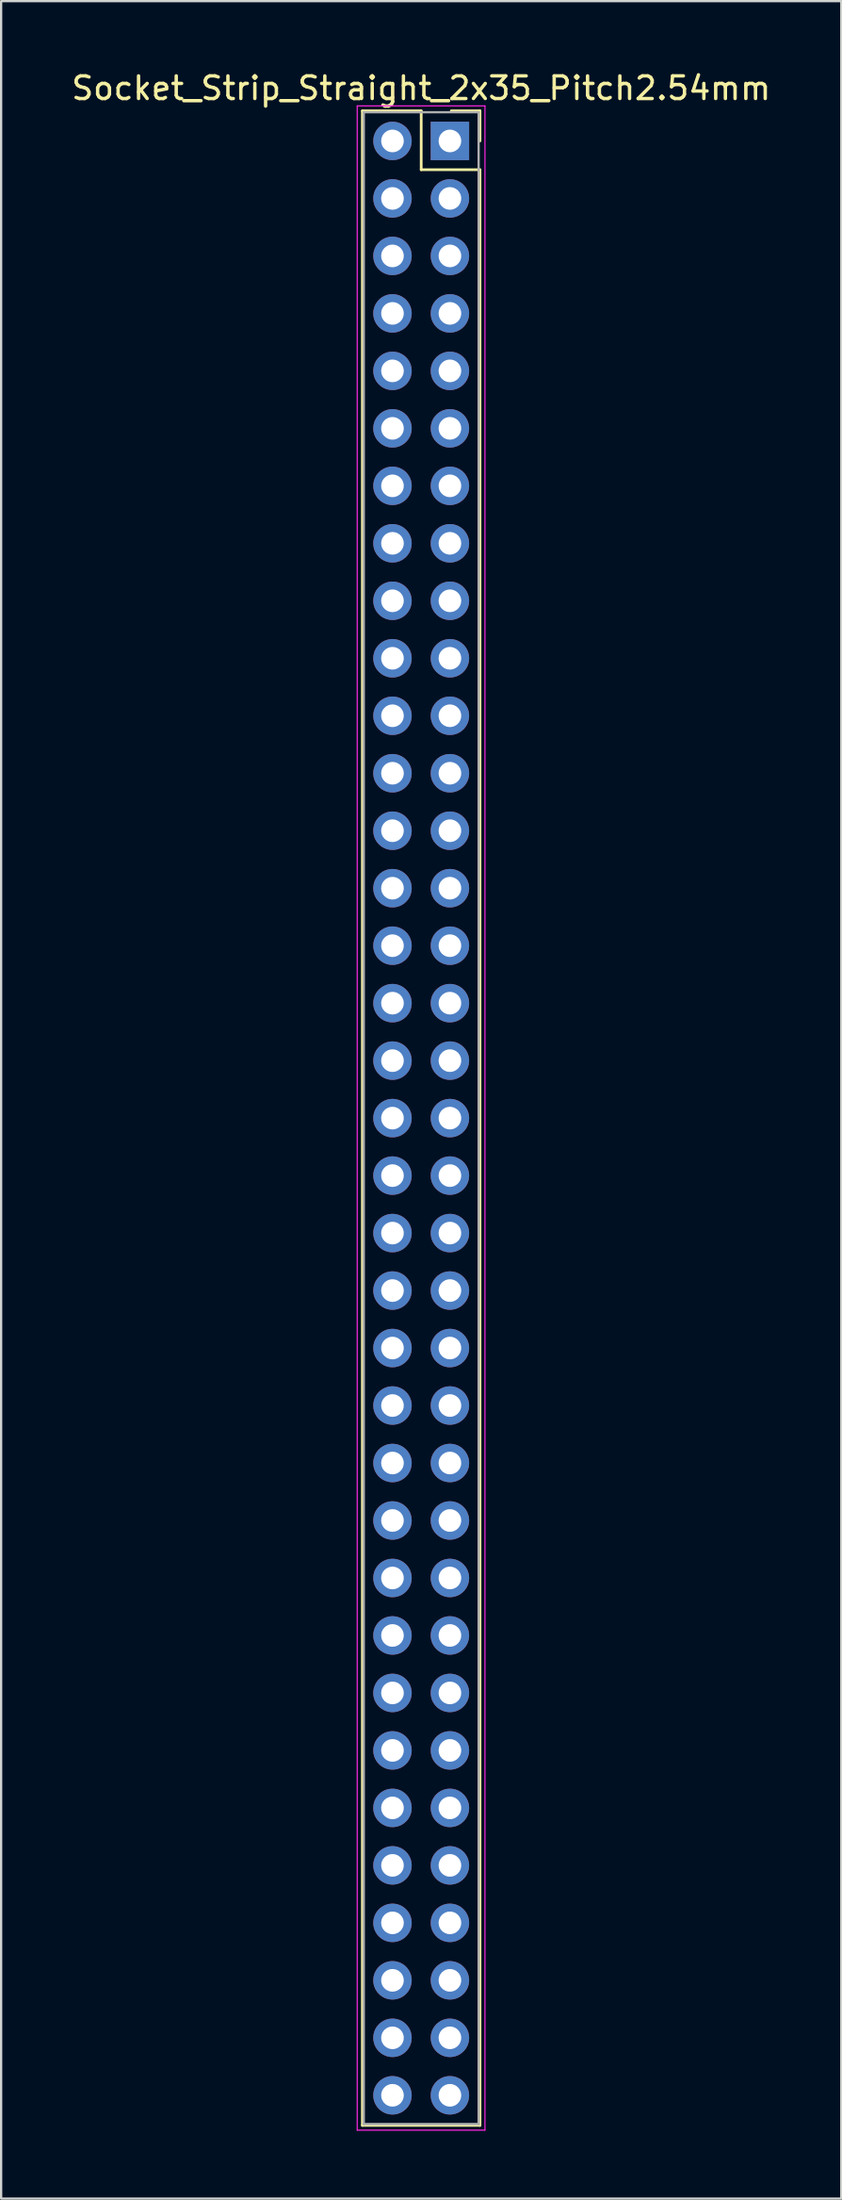
<source format=kicad_pcb>
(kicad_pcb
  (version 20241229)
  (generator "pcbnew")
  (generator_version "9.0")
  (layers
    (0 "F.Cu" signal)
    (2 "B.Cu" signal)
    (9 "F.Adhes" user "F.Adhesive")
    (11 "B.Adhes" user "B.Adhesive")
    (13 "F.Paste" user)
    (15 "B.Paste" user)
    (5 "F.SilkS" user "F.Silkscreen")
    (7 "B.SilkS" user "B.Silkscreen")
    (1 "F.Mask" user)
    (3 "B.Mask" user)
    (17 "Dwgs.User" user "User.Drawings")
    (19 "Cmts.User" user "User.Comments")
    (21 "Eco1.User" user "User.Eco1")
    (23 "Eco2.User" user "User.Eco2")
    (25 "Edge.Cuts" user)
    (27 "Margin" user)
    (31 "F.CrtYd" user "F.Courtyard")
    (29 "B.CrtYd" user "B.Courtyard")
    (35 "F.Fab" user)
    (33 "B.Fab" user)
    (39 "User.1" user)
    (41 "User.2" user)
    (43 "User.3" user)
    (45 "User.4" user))
  (footprint "Socket_Strip_Straight_2x35_Pitch2.54mm"
    (layer "F.Cu")
    (at 16.847 3.178)
    (property "Reference" "Socket_Strip_Straight_2x35_Pitch2.54mm" (at -1.27 -2.33 0) (layer "F.SilkS") (effects (font (size 1 1) (thickness 0.15))))
    (attr through_hole)
    (fp_line (start -3.87 -1.33) (end -1.27 -1.33) (stroke (width 0.12) (type solid)) (layer "F.SilkS"))
    (fp_line (start -3.87 87.69) (end -3.87 -1.33) (stroke (width 0.12) (type solid)) (layer "F.SilkS"))
    (fp_line (start -1.27 -1.33) (end -1.27 1.27) (stroke (width 0.12) (type solid)) (layer "F.SilkS"))
    (fp_line (start -1.27 1.27) (end 1.33 1.27) (stroke (width 0.12) (type solid)) (layer "F.SilkS"))
    (fp_line (start 1.33 -1.33) (end 0.06 -1.33) (stroke (width 0.12) (type solid)) (layer "F.SilkS"))
    (fp_line (start 1.33 0) (end 1.33 -1.33) (stroke (width 0.12) (type solid)) (layer "F.SilkS"))
    (fp_line (start 1.33 1.27) (end 1.33 87.69) (stroke (width 0.12) (type solid)) (layer "F.SilkS"))
    (fp_line (start 1.33 87.69) (end -3.87 87.69) (stroke (width 0.12) (type solid)) (layer "F.SilkS"))
    (fp_line (start -4.1 -1.55) (end -4.1 87.9) (stroke (width 0.05) (type solid)) (layer "F.CrtYd"))
    (fp_line (start -4.1 87.9) (end 1.55 87.9) (stroke (width 0.05) (type solid)) (layer "F.CrtYd"))
    (fp_line (start 1.55 -1.55) (end -4.1 -1.55) (stroke (width 0.05) (type solid)) (layer "F.CrtYd"))
    (fp_line (start 1.55 87.9) (end 1.55 -1.55) (stroke (width 0.05) (type solid)) (layer "F.CrtYd"))
    (fp_line (start -3.81 -1.27) (end -3.81 87.63) (stroke (width 0.1) (type solid)) (layer "F.Fab"))
    (fp_line (start -3.81 87.63) (end 1.27 87.63) (stroke (width 0.1) (type solid)) (layer "F.Fab"))
    (fp_line (start 1.27 -1.27) (end -3.81 -1.27) (stroke (width 0.1) (type solid)) (layer "F.Fab"))
    (fp_line (start 1.27 87.63) (end 1.27 -1.27) (stroke (width 0.1) (type solid)) (layer "F.Fab"))
    (pad "1" thru_hole rect (at 0 0) (size 1.7 1.7) (drill 1) (layers "*.Cu" "*.Mask"))
    (pad "2" thru_hole oval (at -2.54 0) (size 1.7 1.7) (drill 1) (layers "*.Cu" "*.Mask"))
    (pad "3" thru_hole oval (at 0 2.54) (size 1.7 1.7) (drill 1) (layers "*.Cu" "*.Mask"))
    (pad "4" thru_hole oval (at -2.54 2.54) (size 1.7 1.7) (drill 1) (layers "*.Cu" "*.Mask"))
    (pad "5" thru_hole oval (at 0 5.08) (size 1.7 1.7) (drill 1) (layers "*.Cu" "*.Mask"))
    (pad "6" thru_hole oval (at -2.54 5.08) (size 1.7 1.7) (drill 1) (layers "*.Cu" "*.Mask"))
    (pad "7" thru_hole oval (at 0 7.62) (size 1.7 1.7) (drill 1) (layers "*.Cu" "*.Mask"))
    (pad "8" thru_hole oval (at -2.54 7.62) (size 1.7 1.7) (drill 1) (layers "*.Cu" "*.Mask"))
    (pad "9" thru_hole oval (at 0 10.16) (size 1.7 1.7) (drill 1) (layers "*.Cu" "*.Mask"))
    (pad "10" thru_hole oval (at -2.54 10.16) (size 1.7 1.7) (drill 1) (layers "*.Cu" "*.Mask"))
    (pad "11" thru_hole oval (at 0 12.7) (size 1.7 1.7) (drill 1) (layers "*.Cu" "*.Mask"))
    (pad "12" thru_hole oval (at -2.54 12.7) (size 1.7 1.7) (drill 1) (layers "*.Cu" "*.Mask"))
    (pad "13" thru_hole oval (at 0 15.24) (size 1.7 1.7) (drill 1) (layers "*.Cu" "*.Mask"))
    (pad "14" thru_hole oval (at -2.54 15.24) (size 1.7 1.7) (drill 1) (layers "*.Cu" "*.Mask"))
    (pad "15" thru_hole oval (at 0 17.78) (size 1.7 1.7) (drill 1) (layers "*.Cu" "*.Mask"))
    (pad "16" thru_hole oval (at -2.54 17.78) (size 1.7 1.7) (drill 1) (layers "*.Cu" "*.Mask"))
    (pad "17" thru_hole oval (at 0 20.32) (size 1.7 1.7) (drill 1) (layers "*.Cu" "*.Mask"))
    (pad "18" thru_hole oval (at -2.54 20.32) (size 1.7 1.7) (drill 1) (layers "*.Cu" "*.Mask"))
    (pad "19" thru_hole oval (at 0 22.86) (size 1.7 1.7) (drill 1) (layers "*.Cu" "*.Mask"))
    (pad "20" thru_hole oval (at -2.54 22.86) (size 1.7 1.7) (drill 1) (layers "*.Cu" "*.Mask"))
    (pad "21" thru_hole oval (at 0 25.4) (size 1.7 1.7) (drill 1) (layers "*.Cu" "*.Mask"))
    (pad "22" thru_hole oval (at -2.54 25.4) (size 1.7 1.7) (drill 1) (layers "*.Cu" "*.Mask"))
    (pad "23" thru_hole oval (at 0 27.94) (size 1.7 1.7) (drill 1) (layers "*.Cu" "*.Mask"))
    (pad "24" thru_hole oval (at -2.54 27.94) (size 1.7 1.7) (drill 1) (layers "*.Cu" "*.Mask"))
    (pad "25" thru_hole oval (at 0 30.48) (size 1.7 1.7) (drill 1) (layers "*.Cu" "*.Mask"))
    (pad "26" thru_hole oval (at -2.54 30.48) (size 1.7 1.7) (drill 1) (layers "*.Cu" "*.Mask"))
    (pad "27" thru_hole oval (at 0 33.02) (size 1.7 1.7) (drill 1) (layers "*.Cu" "*.Mask"))
    (pad "28" thru_hole oval (at -2.54 33.02) (size 1.7 1.7) (drill 1) (layers "*.Cu" "*.Mask"))
    (pad "29" thru_hole oval (at 0 35.56) (size 1.7 1.7) (drill 1) (layers "*.Cu" "*.Mask"))
    (pad "30" thru_hole oval (at -2.54 35.56) (size 1.7 1.7) (drill 1) (layers "*.Cu" "*.Mask"))
    (pad "31" thru_hole oval (at 0 38.1) (size 1.7 1.7) (drill 1) (layers "*.Cu" "*.Mask"))
    (pad "32" thru_hole oval (at -2.54 38.1) (size 1.7 1.7) (drill 1) (layers "*.Cu" "*.Mask"))
    (pad "33" thru_hole oval (at 0 40.64) (size 1.7 1.7) (drill 1) (layers "*.Cu" "*.Mask"))
    (pad "34" thru_hole oval (at -2.54 40.64) (size 1.7 1.7) (drill 1) (layers "*.Cu" "*.Mask"))
    (pad "35" thru_hole oval (at 0 43.18) (size 1.7 1.7) (drill 1) (layers "*.Cu" "*.Mask"))
    (pad "36" thru_hole oval (at -2.54 43.18) (size 1.7 1.7) (drill 1) (layers "*.Cu" "*.Mask"))
    (pad "37" thru_hole oval (at 0 45.72) (size 1.7 1.7) (drill 1) (layers "*.Cu" "*.Mask"))
    (pad "38" thru_hole oval (at -2.54 45.72) (size 1.7 1.7) (drill 1) (layers "*.Cu" "*.Mask"))
    (pad "39" thru_hole oval (at 0 48.26) (size 1.7 1.7) (drill 1) (layers "*.Cu" "*.Mask"))
    (pad "40" thru_hole oval (at -2.54 48.26) (size 1.7 1.7) (drill 1) (layers "*.Cu" "*.Mask"))
    (pad "41" thru_hole oval (at 0 50.8) (size 1.7 1.7) (drill 1) (layers "*.Cu" "*.Mask"))
    (pad "42" thru_hole oval (at -2.54 50.8) (size 1.7 1.7) (drill 1) (layers "*.Cu" "*.Mask"))
    (pad "43" thru_hole oval (at 0 53.34) (size 1.7 1.7) (drill 1) (layers "*.Cu" "*.Mask"))
    (pad "44" thru_hole oval (at -2.54 53.34) (size 1.7 1.7) (drill 1) (layers "*.Cu" "*.Mask"))
    (pad "45" thru_hole oval (at 0 55.88) (size 1.7 1.7) (drill 1) (layers "*.Cu" "*.Mask"))
    (pad "46" thru_hole oval (at -2.54 55.88) (size 1.7 1.7) (drill 1) (layers "*.Cu" "*.Mask"))
    (pad "47" thru_hole oval (at 0 58.42) (size 1.7 1.7) (drill 1) (layers "*.Cu" "*.Mask"))
    (pad "48" thru_hole oval (at -2.54 58.42) (size 1.7 1.7) (drill 1) (layers "*.Cu" "*.Mask"))
    (pad "49" thru_hole oval (at 0 60.96) (size 1.7 1.7) (drill 1) (layers "*.Cu" "*.Mask"))
    (pad "50" thru_hole oval (at -2.54 60.96) (size 1.7 1.7) (drill 1) (layers "*.Cu" "*.Mask"))
    (pad "51" thru_hole oval (at 0 63.5) (size 1.7 1.7) (drill 1) (layers "*.Cu" "*.Mask"))
    (pad "52" thru_hole oval (at -2.54 63.5) (size 1.7 1.7) (drill 1) (layers "*.Cu" "*.Mask"))
    (pad "53" thru_hole oval (at 0 66.04) (size 1.7 1.7) (drill 1) (layers "*.Cu" "*.Mask"))
    (pad "54" thru_hole oval (at -2.54 66.04) (size 1.7 1.7) (drill 1) (layers "*.Cu" "*.Mask"))
    (pad "55" thru_hole oval (at 0 68.58) (size 1.7 1.7) (drill 1) (layers "*.Cu" "*.Mask"))
    (pad "56" thru_hole oval (at -2.54 68.58) (size 1.7 1.7) (drill 1) (layers "*.Cu" "*.Mask"))
    (pad "57" thru_hole oval (at 0 71.12) (size 1.7 1.7) (drill 1) (layers "*.Cu" "*.Mask"))
    (pad "58" thru_hole oval (at -2.54 71.12) (size 1.7 1.7) (drill 1) (layers "*.Cu" "*.Mask"))
    (pad "59" thru_hole oval (at 0 73.66) (size 1.7 1.7) (drill 1) (layers "*.Cu" "*.Mask"))
    (pad "60" thru_hole oval (at -2.54 73.66) (size 1.7 1.7) (drill 1) (layers "*.Cu" "*.Mask"))
    (pad "61" thru_hole oval (at 0 76.2) (size 1.7 1.7) (drill 1) (layers "*.Cu" "*.Mask"))
    (pad "62" thru_hole oval (at -2.54 76.2) (size 1.7 1.7) (drill 1) (layers "*.Cu" "*.Mask"))
    (pad "63" thru_hole oval (at 0 78.74) (size 1.7 1.7) (drill 1) (layers "*.Cu" "*.Mask"))
    (pad "64" thru_hole oval (at -2.54 78.74) (size 1.7 1.7) (drill 1) (layers "*.Cu" "*.Mask"))
    (pad "65" thru_hole oval (at 0 81.28) (size 1.7 1.7) (drill 1) (layers "*.Cu" "*.Mask"))
    (pad "66" thru_hole oval (at -2.54 81.28) (size 1.7 1.7) (drill 1) (layers "*.Cu" "*.Mask"))
    (pad "67" thru_hole oval (at 0 83.82) (size 1.7 1.7) (drill 1) (layers "*.Cu" "*.Mask"))
    (pad "68" thru_hole oval (at -2.54 83.82) (size 1.7 1.7) (drill 1) (layers "*.Cu" "*.Mask"))
    (pad "69" thru_hole oval (at 0 86.36) (size 1.7 1.7) (drill 1) (layers "*.Cu" "*.Mask"))
    (pad "70" thru_hole oval (at -2.54 86.36) (size 1.7 1.7) (drill 1) (layers "*.Cu" "*.Mask")))
  (gr_rect
    (start -3 -3)
    (end 34.155 94.103)
    (stroke (width 0.1) (type default))
    (fill no)
    (layer "Edge.Cuts")))
</source>
